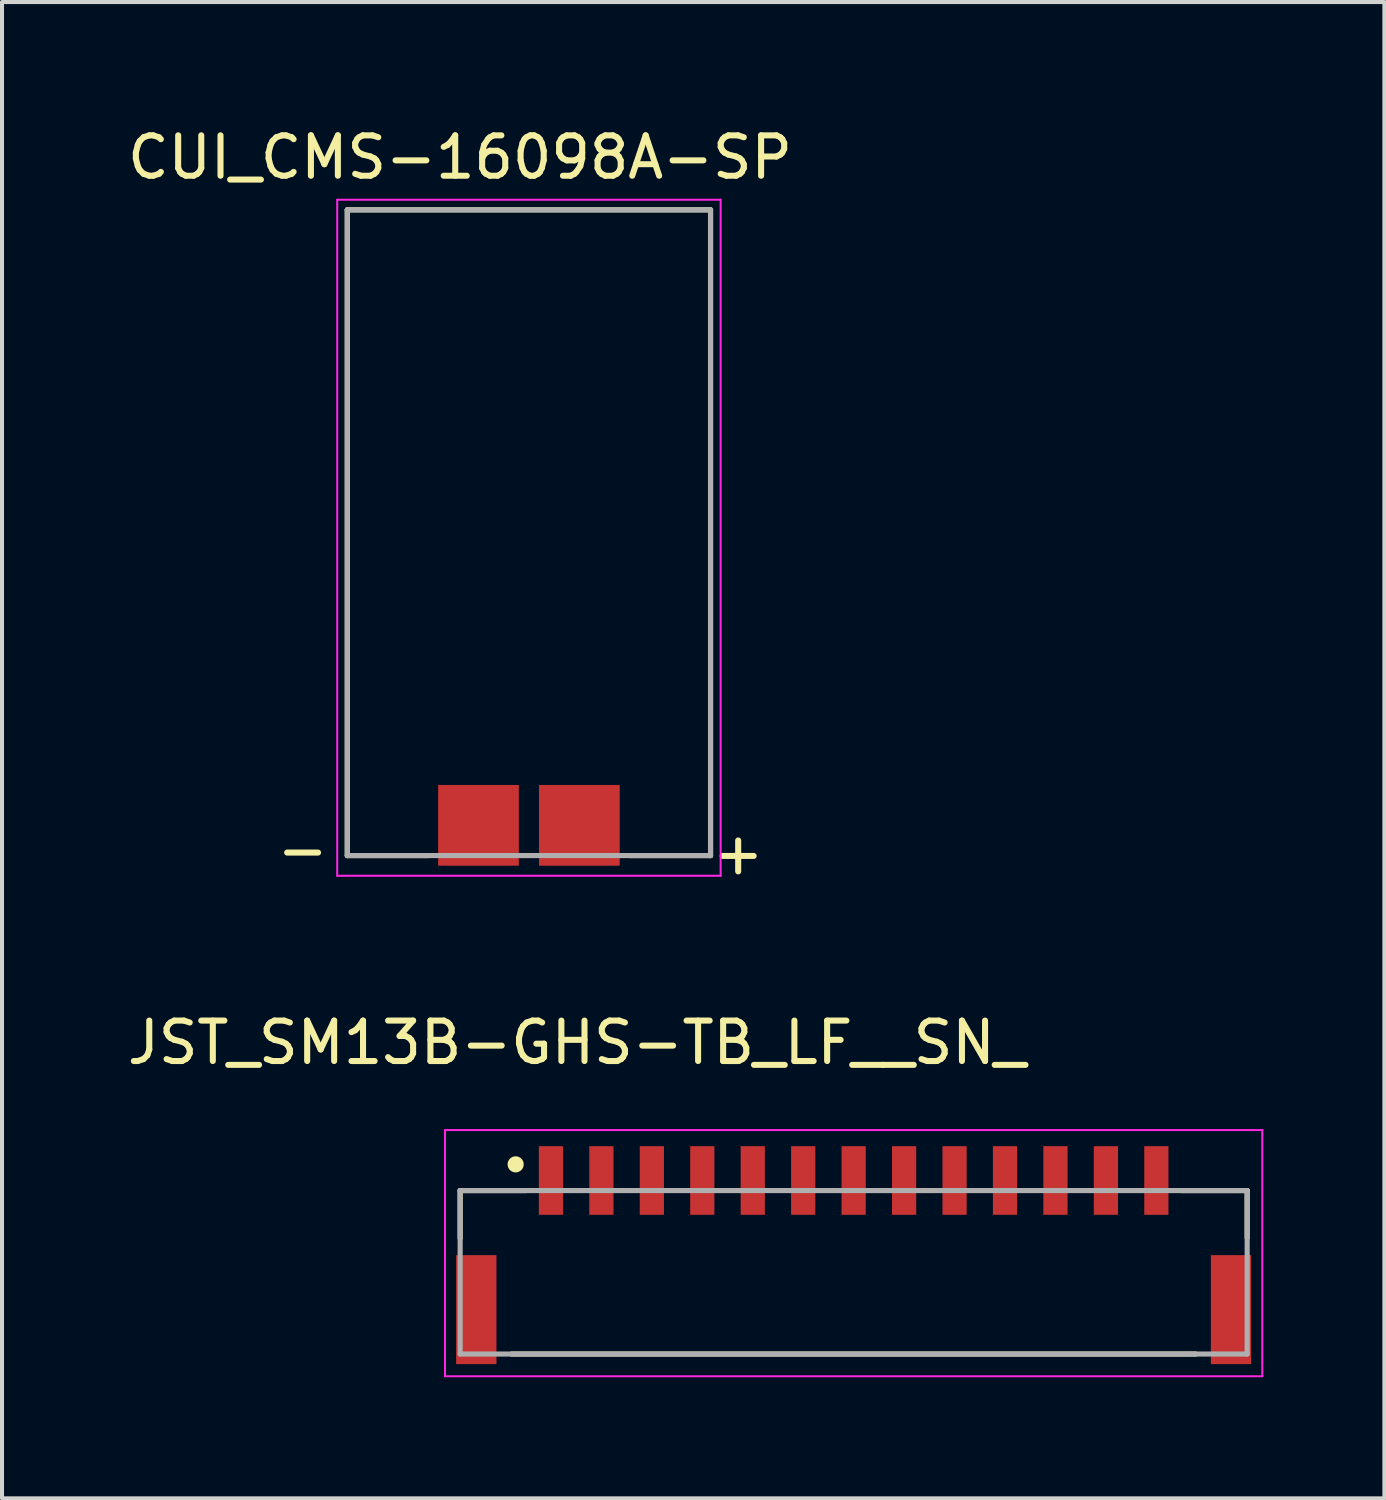
<source format=kicad_pcb>
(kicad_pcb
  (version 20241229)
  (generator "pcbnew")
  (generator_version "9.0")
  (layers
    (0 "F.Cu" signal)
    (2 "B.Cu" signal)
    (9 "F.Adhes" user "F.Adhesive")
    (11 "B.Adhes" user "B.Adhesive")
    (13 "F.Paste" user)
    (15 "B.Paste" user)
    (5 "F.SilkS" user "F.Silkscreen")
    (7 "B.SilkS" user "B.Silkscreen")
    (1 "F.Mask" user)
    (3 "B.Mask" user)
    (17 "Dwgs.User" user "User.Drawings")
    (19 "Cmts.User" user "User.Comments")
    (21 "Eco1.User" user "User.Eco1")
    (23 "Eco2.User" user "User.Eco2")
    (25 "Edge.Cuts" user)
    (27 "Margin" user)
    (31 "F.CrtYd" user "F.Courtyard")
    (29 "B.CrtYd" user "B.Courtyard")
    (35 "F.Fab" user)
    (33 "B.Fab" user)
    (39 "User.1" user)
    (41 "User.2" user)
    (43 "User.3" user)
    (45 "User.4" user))
  (footprint "CUI_CMS-16098A-SP"
    (layer "F.Cu")
    (at 10.055 10.149)
    (property "Reference" "CUI_CMS-16098A-SP" (at -1.707 -9.3 0) (layer "F.SilkS") (effects (font (size 1.001 1.001) (thickness 0.15))))
    (attr smd)
    (fp_line (start -4.5 -8) (end -4.5 8) (stroke (width 0.127) (type solid)) (layer "F.SilkS"))
    (fp_line (start -4.5 -8) (end 4.5 -8) (stroke (width 0.127) (type solid)) (layer "F.SilkS"))
    (fp_line (start -4.5 8) (end -2.5 8) (stroke (width 0.127) (type solid)) (layer "F.SilkS"))
    (fp_line (start 4.5 8) (end 2.5 8) (stroke (width 0.127) (type solid)) (layer "F.SilkS"))
    (fp_line (start 4.5 8) (end 4.5 -8) (stroke (width 0.127) (type solid)) (layer "F.SilkS"))
    (fp_line (start -4.75 -8.25) (end 4.75 -8.25) (stroke (width 0.05) (type solid)) (layer "F.CrtYd"))
    (fp_line (start -4.75 8.5) (end -4.75 -8.25) (stroke (width 0.05) (type solid)) (layer "F.CrtYd"))
    (fp_line (start 4.75 -8.25) (end 4.75 8.5) (stroke (width 0.05) (type solid)) (layer "F.CrtYd"))
    (fp_line (start 4.75 8.5) (end -4.75 8.5) (stroke (width 0.05) (type solid)) (layer "F.CrtYd"))
    (fp_line (start -4.5 -8) (end 4.5 -8) (stroke (width 0.127) (type solid)) (layer "F.Fab"))
    (fp_line (start -4.5 8) (end -4.5 -8) (stroke (width 0.127) (type solid)) (layer "F.Fab"))
    (fp_line (start 4.5 -8) (end 4.5 8) (stroke (width 0.127) (type solid)) (layer "F.Fab"))
    (fp_line (start 4.5 8) (end -4.5 8) (stroke (width 0.127) (type solid)) (layer "F.Fab"))
    (fp_text user "-" (at -5.608 7.851 0) (layer "F.SilkS") (effects (font (size 1.004 1.004) (thickness 0.15))))
    (fp_text user "+" (at 5.185 7.934 0) (layer "F.SilkS") (effects (font (size 1.005 1.005) (thickness 0.15))))
    (pad "N" smd rect (at -1.25 7.25) (size 2 2) (layers "F.Cu" "F.Mask" "F.Paste"))
    (pad "P" smd rect (at 1.25 7.25) (size 2 2) (layers "F.Cu" "F.Mask" "F.Paste")))
  (footprint "JST_SM13B-GHS-TB_LF__SN_"
    (layer "F.Cu")
    (at 18.101 29.399)
    (property "Reference" "JST_SM13B-GHS-TB_LF__SN_" (at -6.86 -6.616 0) (layer "F.SilkS") (effects (font (size 1.002 1.002) (thickness 0.15))))
    (attr smd)
    (fp_line (start -9.75 -2.95) (end -8.12 -2.95) (stroke (width 0.127) (type solid)) (layer "F.SilkS"))
    (fp_line (start -9.75 -1.77) (end -9.75 -2.95) (stroke (width 0.127) (type solid)) (layer "F.SilkS"))
    (fp_line (start -8.475 1.1) (end 8.475 1.1) (stroke (width 0.127) (type solid)) (layer "F.SilkS"))
    (fp_line (start 9.75 -2.95) (end 8.12 -2.95) (stroke (width 0.127) (type solid)) (layer "F.SilkS"))
    (fp_line (start 9.75 -1.78) (end 9.75 -2.95) (stroke (width 0.127) (type solid)) (layer "F.SilkS"))
    (fp_circle (center -8.375 -3.6) (end -8.275 -3.6) (stroke (width 0.2) (type solid)) (fill no) (layer "F.SilkS"))
    (fp_line (start -10.125 -4.45) (end 10.125 -4.45) (stroke (width 0.05) (type solid)) (layer "F.CrtYd"))
    (fp_line (start -10.125 1.65) (end -10.125 -4.45) (stroke (width 0.05) (type solid)) (layer "F.CrtYd"))
    (fp_line (start 10.125 -4.45) (end 10.125 1.65) (stroke (width 0.05) (type solid)) (layer "F.CrtYd"))
    (fp_line (start 10.125 1.65) (end -10.125 1.65) (stroke (width 0.05) (type solid)) (layer "F.CrtYd"))
    (fp_line (start -9.75 -2.95) (end 9.75 -2.95) (stroke (width 0.127) (type solid)) (layer "F.Fab"))
    (fp_line (start -9.75 1.1) (end -9.75 -2.95) (stroke (width 0.127) (type solid)) (layer "F.Fab"))
    (fp_line (start 9.75 -2.95) (end 9.75 1.1) (stroke (width 0.127) (type solid)) (layer "F.Fab"))
    (fp_line (start 9.75 1.1) (end -9.75 1.1) (stroke (width 0.127) (type solid)) (layer "F.Fab"))
    (pad "1" smd rect (at -7.5 -3.2) (size 0.6 1.7) (layers "F.Cu" "F.Mask" "F.Paste"))
    (pad "2" smd rect (at -6.25 -3.2) (size 0.6 1.7) (layers "F.Cu" "F.Mask" "F.Paste"))
    (pad "3" smd rect (at -5 -3.2) (size 0.6 1.7) (layers "F.Cu" "F.Mask" "F.Paste"))
    (pad "4" smd rect (at -3.75 -3.2) (size 0.6 1.7) (layers "F.Cu" "F.Mask" "F.Paste"))
    (pad "5" smd rect (at -2.5 -3.2) (size 0.6 1.7) (layers "F.Cu" "F.Mask" "F.Paste"))
    (pad "6" smd rect (at -1.25 -3.2) (size 0.6 1.7) (layers "F.Cu" "F.Mask" "F.Paste"))
    (pad "7" smd rect (at 0 -3.2) (size 0.6 1.7) (layers "F.Cu" "F.Mask" "F.Paste"))
    (pad "8" smd rect (at 1.25 -3.2) (size 0.6 1.7) (layers "F.Cu" "F.Mask" "F.Paste"))
    (pad "9" smd rect (at 2.5 -3.2) (size 0.6 1.7) (layers "F.Cu" "F.Mask" "F.Paste"))
    (pad "10" smd rect (at 3.75 -3.2) (size 0.6 1.7) (layers "F.Cu" "F.Mask" "F.Paste"))
    (pad "11" smd rect (at 5 -3.2) (size 0.6 1.7) (layers "F.Cu" "F.Mask" "F.Paste"))
    (pad "12" smd rect (at 6.25 -3.2) (size 0.6 1.7) (layers "F.Cu" "F.Mask" "F.Paste"))
    (pad "13" smd rect (at 7.5 -3.2) (size 0.6 1.7) (layers "F.Cu" "F.Mask" "F.Paste"))
    (pad "SH1" smd rect (at -9.35 0) (size 1 2.7) (layers "F.Cu" "F.Mask" "F.Paste"))
    (pad "SH2" smd rect (at 9.35 0) (size 1 2.7) (layers "F.Cu" "F.Mask" "F.Paste")))
  (gr_rect
    (start -3 -3)
    (end 31.251 34.074)
    (stroke (width 0.1) (type default))
    (fill no)
    (layer "Edge.Cuts")))
</source>
